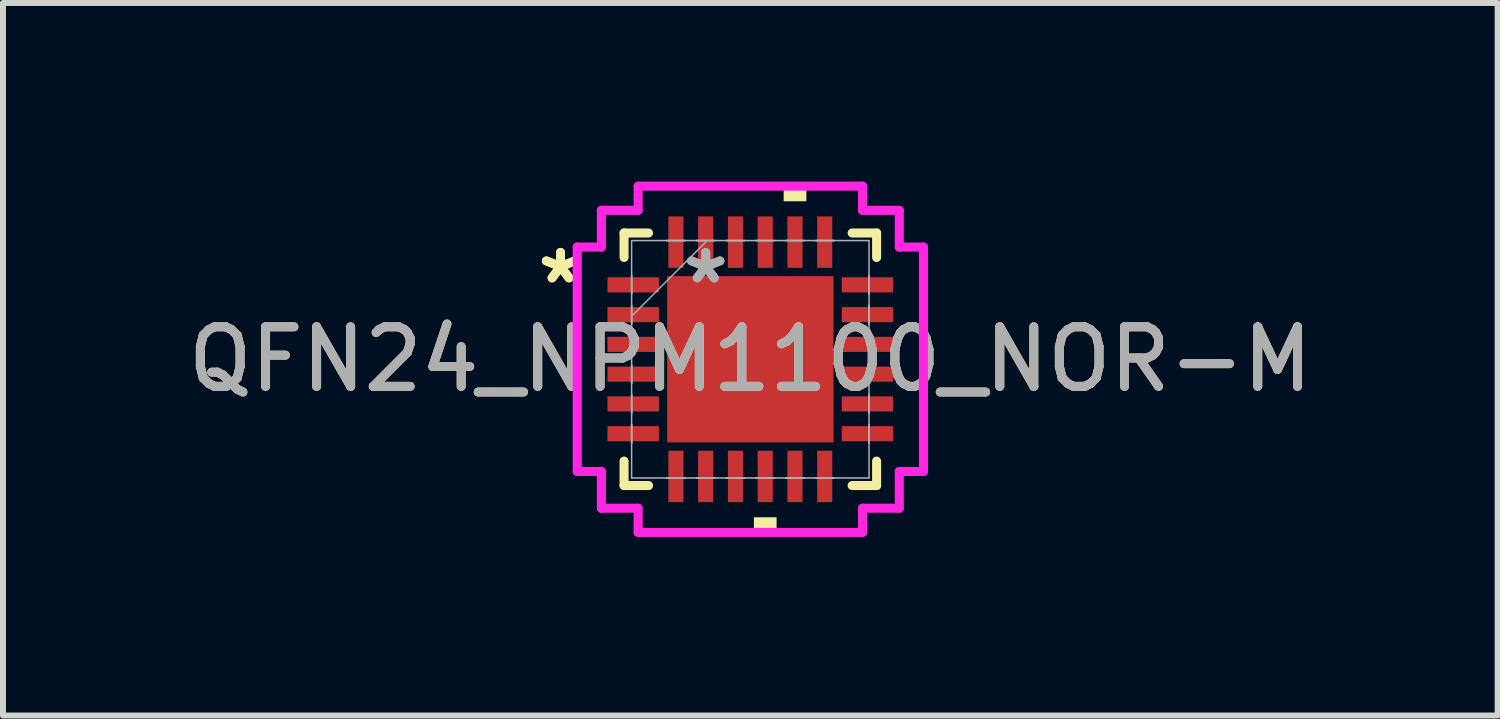
<source format=kicad_pcb>
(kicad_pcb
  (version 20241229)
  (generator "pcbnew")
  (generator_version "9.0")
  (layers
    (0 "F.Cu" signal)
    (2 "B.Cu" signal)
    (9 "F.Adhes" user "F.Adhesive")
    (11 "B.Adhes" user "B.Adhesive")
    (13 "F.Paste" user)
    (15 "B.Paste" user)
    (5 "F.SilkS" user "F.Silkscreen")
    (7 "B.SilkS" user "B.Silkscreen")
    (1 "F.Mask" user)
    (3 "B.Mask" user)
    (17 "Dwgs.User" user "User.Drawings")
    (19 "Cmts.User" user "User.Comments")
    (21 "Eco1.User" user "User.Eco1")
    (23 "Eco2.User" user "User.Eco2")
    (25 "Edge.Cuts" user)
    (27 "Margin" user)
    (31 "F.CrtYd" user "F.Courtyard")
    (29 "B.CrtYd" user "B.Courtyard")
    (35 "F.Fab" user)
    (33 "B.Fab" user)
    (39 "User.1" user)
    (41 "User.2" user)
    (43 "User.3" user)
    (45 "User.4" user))
  (footprint "QFN24_NPM1100_NOR-M"
    (layer "F.Cu")
    (at 9.554 2.985)
    (property "Reference" "QFN24_NPM1100_NOR-M" (at 0 0 0) (unlocked yes) (layer "F.SilkS") (effects (font (size 1 1) (thickness 0.15))))
    (attr smd)
    (fp_line (start -2.121 -2.121) (end -2.121 -1.71) (stroke (width 0.152) (type solid)) (layer "F.SilkS"))
    (fp_line (start -2.121 1.71) (end -2.121 2.121) (stroke (width 0.152) (type solid)) (layer "F.SilkS"))
    (fp_line (start -2.121 2.121) (end -1.71 2.121) (stroke (width 0.152) (type solid)) (layer "F.SilkS"))
    (fp_line (start -1.71 -2.121) (end -2.121 -2.121) (stroke (width 0.152) (type solid)) (layer "F.SilkS"))
    (fp_line (start 1.71 2.121) (end 2.121 2.121) (stroke (width 0.152) (type solid)) (layer "F.SilkS"))
    (fp_line (start 2.121 -2.121) (end 1.71 -2.121) (stroke (width 0.152) (type solid)) (layer "F.SilkS"))
    (fp_line (start 2.121 -1.71) (end 2.121 -2.121) (stroke (width 0.152) (type solid)) (layer "F.SilkS"))
    (fp_line (start 2.121 2.121) (end 2.121 1.71) (stroke (width 0.152) (type solid)) (layer "F.SilkS"))
    (fp_poly (pts (xy 0.06 2.654) (xy 0.06 2.908) (xy 0.441 2.908) (xy 0.441 2.654)) (stroke (width 0) (type solid)) (fill yes) (layer "F.SilkS"))
    (fp_poly (pts (xy 0.56 -2.654) (xy 0.56 -2.908) (xy 0.941 -2.908) (xy 0.941 -2.654)) (stroke (width 0) (type solid)) (fill yes) (layer "F.SilkS"))
    (fp_line (start -2.908 -1.885) (end -2.502 -1.885) (stroke (width 0.152) (type solid)) (layer "F.CrtYd"))
    (fp_line (start -2.908 1.885) (end -2.908 -1.885) (stroke (width 0.152) (type solid)) (layer "F.CrtYd"))
    (fp_line (start -2.502 -2.502) (end -1.885 -2.502) (stroke (width 0.152) (type solid)) (layer "F.CrtYd"))
    (fp_line (start -2.502 -1.885) (end -2.502 -2.502) (stroke (width 0.152) (type solid)) (layer "F.CrtYd"))
    (fp_line (start -2.502 1.885) (end -2.908 1.885) (stroke (width 0.152) (type solid)) (layer "F.CrtYd"))
    (fp_line (start -2.502 2.502) (end -2.502 1.885) (stroke (width 0.152) (type solid)) (layer "F.CrtYd"))
    (fp_line (start -1.885 -2.908) (end 1.885 -2.908) (stroke (width 0.152) (type solid)) (layer "F.CrtYd"))
    (fp_line (start -1.885 -2.502) (end -1.885 -2.908) (stroke (width 0.152) (type solid)) (layer "F.CrtYd"))
    (fp_line (start -1.885 2.502) (end -2.502 2.502) (stroke (width 0.152) (type solid)) (layer "F.CrtYd"))
    (fp_line (start -1.885 2.908) (end -1.885 2.502) (stroke (width 0.152) (type solid)) (layer "F.CrtYd"))
    (fp_line (start 1.885 -2.908) (end 1.885 -2.502) (stroke (width 0.152) (type solid)) (layer "F.CrtYd"))
    (fp_line (start 1.885 -2.502) (end 2.502 -2.502) (stroke (width 0.152) (type solid)) (layer "F.CrtYd"))
    (fp_line (start 1.885 2.502) (end 1.885 2.908) (stroke (width 0.152) (type solid)) (layer "F.CrtYd"))
    (fp_line (start 1.885 2.908) (end -1.885 2.908) (stroke (width 0.152) (type solid)) (layer "F.CrtYd"))
    (fp_line (start 2.502 -2.502) (end 2.502 -1.885) (stroke (width 0.152) (type solid)) (layer "F.CrtYd"))
    (fp_line (start 2.502 -1.885) (end 2.908 -1.885) (stroke (width 0.152) (type solid)) (layer "F.CrtYd"))
    (fp_line (start 2.502 1.885) (end 2.502 2.502) (stroke (width 0.152) (type solid)) (layer "F.CrtYd"))
    (fp_line (start 2.502 2.502) (end 1.885 2.502) (stroke (width 0.152) (type solid)) (layer "F.CrtYd"))
    (fp_line (start 2.908 -1.885) (end 2.908 1.885) (stroke (width 0.152) (type solid)) (layer "F.CrtYd"))
    (fp_line (start 2.908 1.885) (end 2.502 1.885) (stroke (width 0.152) (type solid)) (layer "F.CrtYd"))
    (fp_line (start -1.994 -1.994) (end -1.994 1.994) (stroke (width 0.025) (type solid)) (layer "F.Fab"))
    (fp_line (start -1.994 -1.403) (end -1.994 -1.403) (stroke (width 0.025) (type solid)) (layer "F.Fab"))
    (fp_line (start -1.994 -1.403) (end -1.994 -1.098) (stroke (width 0.025) (type solid)) (layer "F.Fab"))
    (fp_line (start -1.994 -1.098) (end -1.994 -1.403) (stroke (width 0.025) (type solid)) (layer "F.Fab"))
    (fp_line (start -1.994 -1.098) (end -1.994 -1.098) (stroke (width 0.025) (type solid)) (layer "F.Fab"))
    (fp_line (start -1.994 -0.903) (end -1.994 -0.903) (stroke (width 0.025) (type solid)) (layer "F.Fab"))
    (fp_line (start -1.994 -0.903) (end -1.994 -0.598) (stroke (width 0.025) (type solid)) (layer "F.Fab"))
    (fp_line (start -1.994 -0.724) (end -0.724 -1.994) (stroke (width 0.025) (type solid)) (layer "F.Fab"))
    (fp_line (start -1.994 -0.598) (end -1.994 -0.903) (stroke (width 0.025) (type solid)) (layer "F.Fab"))
    (fp_line (start -1.994 -0.598) (end -1.994 -0.598) (stroke (width 0.025) (type solid)) (layer "F.Fab"))
    (fp_line (start -1.994 -0.402) (end -1.994 -0.402) (stroke (width 0.025) (type solid)) (layer "F.Fab"))
    (fp_line (start -1.994 -0.402) (end -1.994 -0.098) (stroke (width 0.025) (type solid)) (layer "F.Fab"))
    (fp_line (start -1.994 -0.098) (end -1.994 -0.402) (stroke (width 0.025) (type solid)) (layer "F.Fab"))
    (fp_line (start -1.994 -0.098) (end -1.994 -0.098) (stroke (width 0.025) (type solid)) (layer "F.Fab"))
    (fp_line (start -1.994 0.098) (end -1.994 0.098) (stroke (width 0.025) (type solid)) (layer "F.Fab"))
    (fp_line (start -1.994 0.098) (end -1.994 0.402) (stroke (width 0.025) (type solid)) (layer "F.Fab"))
    (fp_line (start -1.994 0.402) (end -1.994 0.098) (stroke (width 0.025) (type solid)) (layer "F.Fab"))
    (fp_line (start -1.994 0.402) (end -1.994 0.402) (stroke (width 0.025) (type solid)) (layer "F.Fab"))
    (fp_line (start -1.994 0.598) (end -1.994 0.598) (stroke (width 0.025) (type solid)) (layer "F.Fab"))
    (fp_line (start -1.994 0.598) (end -1.994 0.903) (stroke (width 0.025) (type solid)) (layer "F.Fab"))
    (fp_line (start -1.994 0.903) (end -1.994 0.598) (stroke (width 0.025) (type solid)) (layer "F.Fab"))
    (fp_line (start -1.994 0.903) (end -1.994 0.903) (stroke (width 0.025) (type solid)) (layer "F.Fab"))
    (fp_line (start -1.994 1.098) (end -1.994 1.098) (stroke (width 0.025) (type solid)) (layer "F.Fab"))
    (fp_line (start -1.994 1.098) (end -1.994 1.403) (stroke (width 0.025) (type solid)) (layer "F.Fab"))
    (fp_line (start -1.994 1.403) (end -1.994 1.098) (stroke (width 0.025) (type solid)) (layer "F.Fab"))
    (fp_line (start -1.994 1.403) (end -1.994 1.403) (stroke (width 0.025) (type solid)) (layer "F.Fab"))
    (fp_line (start -1.994 1.994) (end 1.994 1.994) (stroke (width 0.025) (type solid)) (layer "F.Fab"))
    (fp_line (start -1.403 -1.994) (end -1.403 -1.994) (stroke (width 0.025) (type solid)) (layer "F.Fab"))
    (fp_line (start -1.403 -1.994) (end -1.098 -1.994) (stroke (width 0.025) (type solid)) (layer "F.Fab"))
    (fp_line (start -1.403 1.994) (end -1.403 1.994) (stroke (width 0.025) (type solid)) (layer "F.Fab"))
    (fp_line (start -1.403 1.994) (end -1.098 1.994) (stroke (width 0.025) (type solid)) (layer "F.Fab"))
    (fp_line (start -1.098 -1.994) (end -1.403 -1.994) (stroke (width 0.025) (type solid)) (layer "F.Fab"))
    (fp_line (start -1.098 -1.994) (end -1.098 -1.994) (stroke (width 0.025) (type solid)) (layer "F.Fab"))
    (fp_line (start -1.098 1.994) (end -1.403 1.994) (stroke (width 0.025) (type solid)) (layer "F.Fab"))
    (fp_line (start -1.098 1.994) (end -1.098 1.994) (stroke (width 0.025) (type solid)) (layer "F.Fab"))
    (fp_line (start -0.903 -1.994) (end -0.903 -1.994) (stroke (width 0.025) (type solid)) (layer "F.Fab"))
    (fp_line (start -0.903 -1.994) (end -0.598 -1.994) (stroke (width 0.025) (type solid)) (layer "F.Fab"))
    (fp_line (start -0.903 1.994) (end -0.903 1.994) (stroke (width 0.025) (type solid)) (layer "F.Fab"))
    (fp_line (start -0.903 1.994) (end -0.598 1.994) (stroke (width 0.025) (type solid)) (layer "F.Fab"))
    (fp_line (start -0.598 -1.994) (end -0.903 -1.994) (stroke (width 0.025) (type solid)) (layer "F.Fab"))
    (fp_line (start -0.598 -1.994) (end -0.598 -1.994) (stroke (width 0.025) (type solid)) (layer "F.Fab"))
    (fp_line (start -0.598 1.994) (end -0.903 1.994) (stroke (width 0.025) (type solid)) (layer "F.Fab"))
    (fp_line (start -0.598 1.994) (end -0.598 1.994) (stroke (width 0.025) (type solid)) (layer "F.Fab"))
    (fp_line (start -0.402 -1.994) (end -0.402 -1.994) (stroke (width 0.025) (type solid)) (layer "F.Fab"))
    (fp_line (start -0.402 -1.994) (end -0.098 -1.994) (stroke (width 0.025) (type solid)) (layer "F.Fab"))
    (fp_line (start -0.402 1.994) (end -0.402 1.994) (stroke (width 0.025) (type solid)) (layer "F.Fab"))
    (fp_line (start -0.402 1.994) (end -0.098 1.994) (stroke (width 0.025) (type solid)) (layer "F.Fab"))
    (fp_line (start -0.098 -1.994) (end -0.402 -1.994) (stroke (width 0.025) (type solid)) (layer "F.Fab"))
    (fp_line (start -0.098 -1.994) (end -0.098 -1.994) (stroke (width 0.025) (type solid)) (layer "F.Fab"))
    (fp_line (start -0.098 1.994) (end -0.402 1.994) (stroke (width 0.025) (type solid)) (layer "F.Fab"))
    (fp_line (start -0.098 1.994) (end -0.098 1.994) (stroke (width 0.025) (type solid)) (layer "F.Fab"))
    (fp_line (start 0.098 -1.994) (end 0.098 -1.994) (stroke (width 0.025) (type solid)) (layer "F.Fab"))
    (fp_line (start 0.098 -1.994) (end 0.402 -1.994) (stroke (width 0.025) (type solid)) (layer "F.Fab"))
    (fp_line (start 0.098 1.994) (end 0.098 1.994) (stroke (width 0.025) (type solid)) (layer "F.Fab"))
    (fp_line (start 0.098 1.994) (end 0.402 1.994) (stroke (width 0.025) (type solid)) (layer "F.Fab"))
    (fp_line (start 0.402 -1.994) (end 0.098 -1.994) (stroke (width 0.025) (type solid)) (layer "F.Fab"))
    (fp_line (start 0.402 -1.994) (end 0.402 -1.994) (stroke (width 0.025) (type solid)) (layer "F.Fab"))
    (fp_line (start 0.402 1.994) (end 0.098 1.994) (stroke (width 0.025) (type solid)) (layer "F.Fab"))
    (fp_line (start 0.402 1.994) (end 0.402 1.994) (stroke (width 0.025) (type solid)) (layer "F.Fab"))
    (fp_line (start 0.598 -1.994) (end 0.598 -1.994) (stroke (width 0.025) (type solid)) (layer "F.Fab"))
    (fp_line (start 0.598 -1.994) (end 0.903 -1.994) (stroke (width 0.025) (type solid)) (layer "F.Fab"))
    (fp_line (start 0.598 1.994) (end 0.598 1.994) (stroke (width 0.025) (type solid)) (layer "F.Fab"))
    (fp_line (start 0.598 1.994) (end 0.903 1.994) (stroke (width 0.025) (type solid)) (layer "F.Fab"))
    (fp_line (start 0.903 -1.994) (end 0.598 -1.994) (stroke (width 0.025) (type solid)) (layer "F.Fab"))
    (fp_line (start 0.903 -1.994) (end 0.903 -1.994) (stroke (width 0.025) (type solid)) (layer "F.Fab"))
    (fp_line (start 0.903 1.994) (end 0.598 1.994) (stroke (width 0.025) (type solid)) (layer "F.Fab"))
    (fp_line (start 0.903 1.994) (end 0.903 1.994) (stroke (width 0.025) (type solid)) (layer "F.Fab"))
    (fp_line (start 1.098 -1.994) (end 1.098 -1.994) (stroke (width 0.025) (type solid)) (layer "F.Fab"))
    (fp_line (start 1.098 -1.994) (end 1.403 -1.994) (stroke (width 0.025) (type solid)) (layer "F.Fab"))
    (fp_line (start 1.098 1.994) (end 1.098 1.994) (stroke (width 0.025) (type solid)) (layer "F.Fab"))
    (fp_line (start 1.098 1.994) (end 1.403 1.994) (stroke (width 0.025) (type solid)) (layer "F.Fab"))
    (fp_line (start 1.403 -1.994) (end 1.098 -1.994) (stroke (width 0.025) (type solid)) (layer "F.Fab"))
    (fp_line (start 1.403 -1.994) (end 1.403 -1.994) (stroke (width 0.025) (type solid)) (layer "F.Fab"))
    (fp_line (start 1.403 1.994) (end 1.098 1.994) (stroke (width 0.025) (type solid)) (layer "F.Fab"))
    (fp_line (start 1.403 1.994) (end 1.403 1.994) (stroke (width 0.025) (type solid)) (layer "F.Fab"))
    (fp_line (start 1.994 -1.994) (end -1.994 -1.994) (stroke (width 0.025) (type solid)) (layer "F.Fab"))
    (fp_line (start 1.994 -1.403) (end 1.994 -1.403) (stroke (width 0.025) (type solid)) (layer "F.Fab"))
    (fp_line (start 1.994 -1.403) (end 1.994 -1.098) (stroke (width 0.025) (type solid)) (layer "F.Fab"))
    (fp_line (start 1.994 -1.098) (end 1.994 -1.403) (stroke (width 0.025) (type solid)) (layer "F.Fab"))
    (fp_line (start 1.994 -1.098) (end 1.994 -1.098) (stroke (width 0.025) (type solid)) (layer "F.Fab"))
    (fp_line (start 1.994 -0.903) (end 1.994 -0.903) (stroke (width 0.025) (type solid)) (layer "F.Fab"))
    (fp_line (start 1.994 -0.903) (end 1.994 -0.598) (stroke (width 0.025) (type solid)) (layer "F.Fab"))
    (fp_line (start 1.994 -0.598) (end 1.994 -0.903) (stroke (width 0.025) (type solid)) (layer "F.Fab"))
    (fp_line (start 1.994 -0.598) (end 1.994 -0.598) (stroke (width 0.025) (type solid)) (layer "F.Fab"))
    (fp_line (start 1.994 -0.402) (end 1.994 -0.402) (stroke (width 0.025) (type solid)) (layer "F.Fab"))
    (fp_line (start 1.994 -0.402) (end 1.994 -0.098) (stroke (width 0.025) (type solid)) (layer "F.Fab"))
    (fp_line (start 1.994 -0.098) (end 1.994 -0.402) (stroke (width 0.025) (type solid)) (layer "F.Fab"))
    (fp_line (start 1.994 -0.098) (end 1.994 -0.098) (stroke (width 0.025) (type solid)) (layer "F.Fab"))
    (fp_line (start 1.994 0.098) (end 1.994 0.098) (stroke (width 0.025) (type solid)) (layer "F.Fab"))
    (fp_line (start 1.994 0.098) (end 1.994 0.402) (stroke (width 0.025) (type solid)) (layer "F.Fab"))
    (fp_line (start 1.994 0.402) (end 1.994 0.098) (stroke (width 0.025) (type solid)) (layer "F.Fab"))
    (fp_line (start 1.994 0.402) (end 1.994 0.402) (stroke (width 0.025) (type solid)) (layer "F.Fab"))
    (fp_line (start 1.994 0.598) (end 1.994 0.598) (stroke (width 0.025) (type solid)) (layer "F.Fab"))
    (fp_line (start 1.994 0.598) (end 1.994 0.903) (stroke (width 0.025) (type solid)) (layer "F.Fab"))
    (fp_line (start 1.994 0.903) (end 1.994 0.598) (stroke (width 0.025) (type solid)) (layer "F.Fab"))
    (fp_line (start 1.994 0.903) (end 1.994 0.903) (stroke (width 0.025) (type solid)) (layer "F.Fab"))
    (fp_line (start 1.994 1.098) (end 1.994 1.098) (stroke (width 0.025) (type solid)) (layer "F.Fab"))
    (fp_line (start 1.994 1.098) (end 1.994 1.403) (stroke (width 0.025) (type solid)) (layer "F.Fab"))
    (fp_line (start 1.994 1.403) (end 1.994 1.098) (stroke (width 0.025) (type solid)) (layer "F.Fab"))
    (fp_line (start 1.994 1.403) (end 1.994 1.403) (stroke (width 0.025) (type solid)) (layer "F.Fab"))
    (fp_line (start 1.994 1.994) (end 1.994 -1.994) (stroke (width 0.025) (type solid)) (layer "F.Fab"))
    (fp_text user "*" (at -3.188 -1.25 0) (layer "F.SilkS") (effects (font (size 1 1) (thickness 0.15))))
    (fp_text user "*" (at -3.188 -1.25 0) (unlocked yes) (layer "F.SilkS") (effects (font (size 1 1) (thickness 0.15))))
    (fp_text user "${REFERENCE}" (at 0 0 0) (unlocked yes) (layer "F.Fab") (effects (font (size 1 1) (thickness 0.15))))
    (fp_text user "*" (at -0.749 -1.25 0) (unlocked yes) (layer "F.Fab") (effects (font (size 1 1) (thickness 0.15))))
    (fp_text user "*" (at -0.749 -1.25 0) (layer "F.Fab") (effects (font (size 1 1) (thickness 0.15))))
    (pad "1" smd rect (at -1.968 -1.25 90) (size 0.254 0.864) (layers "F.Cu" "F.Mask" "F.Paste"))
    (pad "2" smd rect (at -1.968 -0.75 90) (size 0.254 0.864) (layers "F.Cu" "F.Mask" "F.Paste"))
    (pad "3" smd rect (at -1.968 -0.25 90) (size 0.254 0.864) (layers "F.Cu" "F.Mask" "F.Paste"))
    (pad "4" smd rect (at -1.968 0.25 90) (size 0.254 0.864) (layers "F.Cu" "F.Mask" "F.Paste"))
    (pad "5" smd rect (at -1.968 0.75 90) (size 0.254 0.864) (layers "F.Cu" "F.Mask" "F.Paste"))
    (pad "6" smd rect (at -1.968 1.25 90) (size 0.254 0.864) (layers "F.Cu" "F.Mask" "F.Paste"))
    (pad "7" smd rect (at -1.25 1.968) (size 0.254 0.864) (layers "F.Cu" "F.Mask" "F.Paste"))
    (pad "8" smd rect (at -0.75 1.968) (size 0.254 0.864) (layers "F.Cu" "F.Mask" "F.Paste"))
    (pad "9" smd rect (at -0.25 1.968) (size 0.254 0.864) (layers "F.Cu" "F.Mask" "F.Paste"))
    (pad "10" smd rect (at 0.25 1.968) (size 0.254 0.864) (layers "F.Cu" "F.Mask" "F.Paste"))
    (pad "11" smd rect (at 0.75 1.968) (size 0.254 0.864) (layers "F.Cu" "F.Mask" "F.Paste"))
    (pad "12" smd rect (at 1.25 1.968) (size 0.254 0.864) (layers "F.Cu" "F.Mask" "F.Paste"))
    (pad "13" smd rect (at 1.968 1.25 90) (size 0.254 0.864) (layers "F.Cu" "F.Mask" "F.Paste"))
    (pad "14" smd rect (at 1.968 0.75 90) (size 0.254 0.864) (layers "F.Cu" "F.Mask" "F.Paste"))
    (pad "15" smd rect (at 1.968 0.25 90) (size 0.254 0.864) (layers "F.Cu" "F.Mask" "F.Paste"))
    (pad "16" smd rect (at 1.968 -0.25 90) (size 0.254 0.864) (layers "F.Cu" "F.Mask" "F.Paste"))
    (pad "17" smd rect (at 1.968 -0.75 90) (size 0.254 0.864) (layers "F.Cu" "F.Mask" "F.Paste"))
    (pad "18" smd rect (at 1.968 -1.25 90) (size 0.254 0.864) (layers "F.Cu" "F.Mask" "F.Paste"))
    (pad "19" smd rect (at 1.25 -1.968) (size 0.254 0.864) (layers "F.Cu" "F.Mask" "F.Paste"))
    (pad "20" smd rect (at 0.75 -1.968) (size 0.254 0.864) (layers "F.Cu" "F.Mask" "F.Paste"))
    (pad "21" smd rect (at 0.25 -1.968) (size 0.254 0.864) (layers "F.Cu" "F.Mask" "F.Paste"))
    (pad "22" smd rect (at -0.25 -1.968) (size 0.254 0.864) (layers "F.Cu" "F.Mask" "F.Paste"))
    (pad "23" smd rect (at -0.75 -1.968) (size 0.254 0.864) (layers "F.Cu" "F.Mask" "F.Paste"))
    (pad "24" smd rect (at -1.25 -1.968) (size 0.254 0.864) (layers "F.Cu" "F.Mask" "F.Paste"))
    (pad "25" smd rect (at 0 0) (size 2.794 2.794) (layers "F.Cu" "F.Mask" "F.Paste")))
  (gr_rect
    (start -3 -3)
    (end 22.107 8.969)
    (stroke (width 0.1) (type default))
    (fill no)
    (layer "Edge.Cuts")))
</source>
